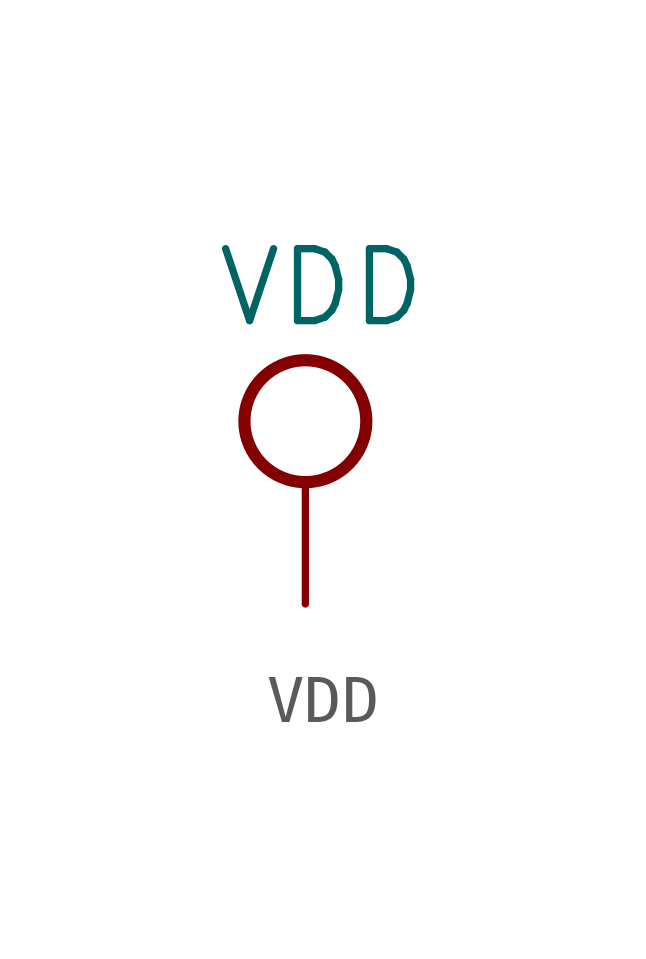
<source format=kicad_sym>
(kicad_symbol_lib
  (version 20211014)
  (generator kicad_symbol_editor)
  (symbol "VDD"
    (power)
    (pin_names
      (offset 1.016))
    (property "Reference" "#SUPPLY"
      (at 0 0 0)
      (effects (font (size 1.27 1.27)) hide))
    (property "Value" "VDD"
      (at -1.905 3.175 0)
      (effects (font (size 1.499 1.499)) (justify left bottom)))
    (property "ki_locked" ""
      (at 0 0 0)
      (effects (font (size 1.27 1.27))))
    (symbol "VDD_1_0"
      (circle (center 0 1.27) (radius 1.27) (stroke (width 0.254) (type default) (color 0 0 0 0)) (fill (type none)))
      (pin power_in line (at 0 -2.54 90) (length 2.54) (name "VDD" (effects (font (size 0 0)))) (number "1" (effects (font (size 0 0))))))))
</source>
